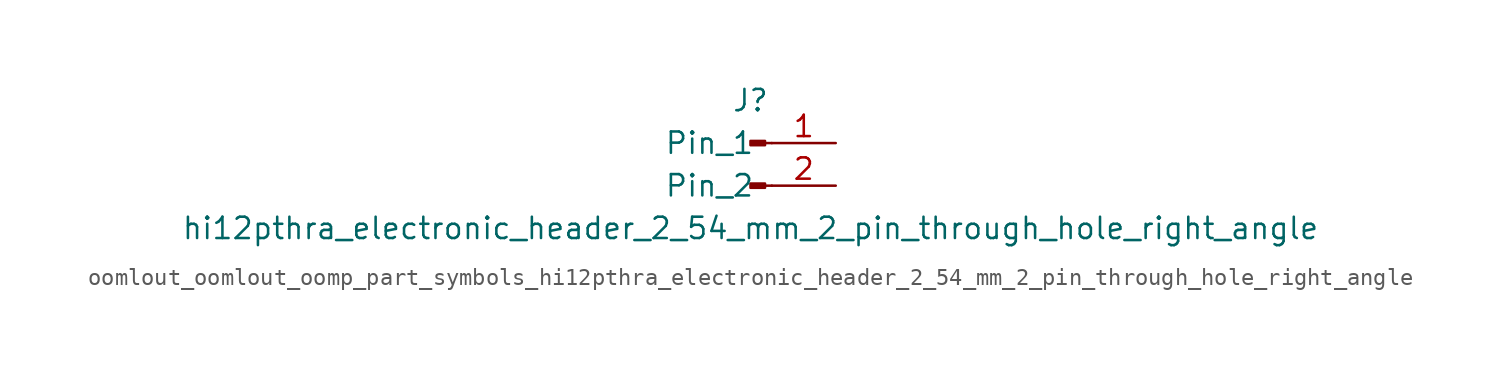
<source format=kicad_sym>
(kicad_symbol_lib
  (version 20220914)
  (generator kicad_symbol_editor)
  (symbol "oomlout_oomlout_oomp_part_symbols_hi12pthra_electronic_header_2_54_mm_2_pin_through_hole_right_angle"
    (pin_names
      (offset 1.016))
    (property "Reference" "J"
      (at 0 2.54 0)
      (effects (font (size 1.27 1.27))))
    (property "Value" "hi12pthra_electronic_header_2_54_mm_2_pin_through_hole_right_angle"
      (at 0 -5.08 0)
      (effects (font (size 1.27 1.27))))
    (property "ki_locked" ""
      (at 0 0 0)
      (effects (font (size 1.27 1.27))))
    (symbol "oomlout_oomlout_oomp_part_symbols_hi12pthra_electronic_header_2_54_mm_2_pin_through_hole_right_angle_1_1"
      (polyline (pts (xy 1.27 -2.54) (xy 0.864 -2.54)) (stroke (width 0.152) (type default)) (fill (type none)))
      (polyline (pts (xy 1.27 0) (xy 0.864 0)) (stroke (width 0.152) (type default)) (fill (type none)))
      (rectangle (start 0.864 -2.413) (end 0 -2.667) (stroke (width 0.152) (type default)) (fill (type outline)))
      (rectangle (start 0.864 0.127) (end 0 -0.127) (stroke (width 0.152) (type default)) (fill (type outline)))
      (pin passive line (at 5.08 0 180) (length 3.81) (name "Pin_1" (effects (font (size 1.27 1.27)))) (number "1" (effects (font (size 1.27 1.27)))))
      (pin passive line (at 5.08 -2.54 180) (length 3.81) (name "Pin_2" (effects (font (size 1.27 1.27)))) (number "2" (effects (font (size 1.27 1.27))))))))
</source>
